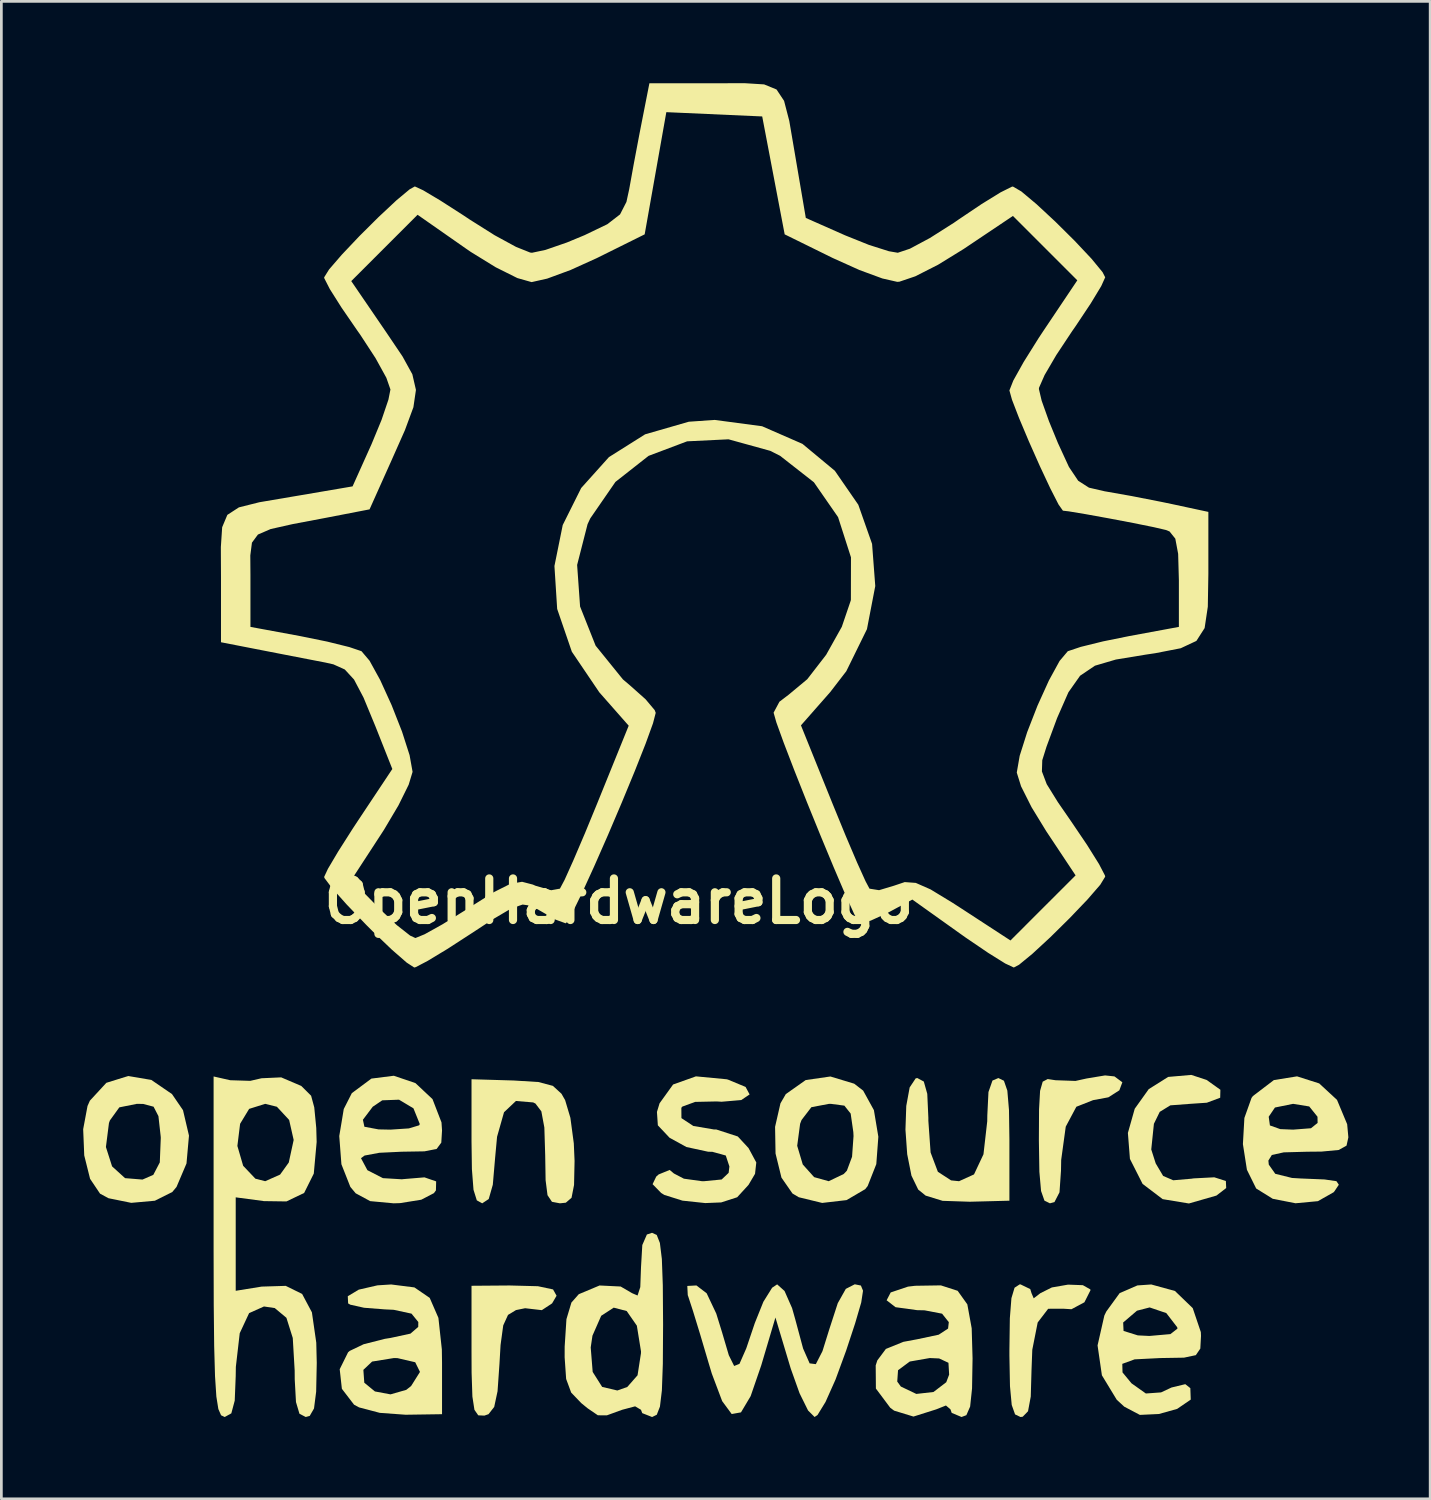
<source format=kicad_pcb>
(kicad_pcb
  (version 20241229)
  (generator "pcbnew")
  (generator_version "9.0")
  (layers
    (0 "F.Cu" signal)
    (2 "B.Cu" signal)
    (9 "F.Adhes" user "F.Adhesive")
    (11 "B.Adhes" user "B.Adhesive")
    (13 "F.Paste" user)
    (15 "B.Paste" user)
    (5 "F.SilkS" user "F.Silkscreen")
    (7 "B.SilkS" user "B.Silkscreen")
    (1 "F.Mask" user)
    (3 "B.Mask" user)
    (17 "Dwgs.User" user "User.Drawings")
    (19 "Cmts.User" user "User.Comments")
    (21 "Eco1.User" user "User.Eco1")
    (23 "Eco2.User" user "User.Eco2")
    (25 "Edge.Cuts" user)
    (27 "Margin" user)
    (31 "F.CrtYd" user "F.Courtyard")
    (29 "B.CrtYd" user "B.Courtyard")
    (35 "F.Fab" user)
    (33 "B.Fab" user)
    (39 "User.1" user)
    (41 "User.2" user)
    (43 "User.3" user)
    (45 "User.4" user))
  (footprint "OpenHardwareLogo"
    (layer "F.Cu")
    (at 19.645 29.998)
    (property "Reference" "OpenHardwareLogo" (at 0 0 0) (layer "F.SilkS") (effects (font (size 1.524 1.524) (thickness 0.3))))
    (attr board_only exclude_from_pos_files exclude_from_bom)
    (fp_poly (pts (xy -2.968 14.119) (xy -2.414 14.237) (xy -2.285 14.468) (xy -2.449 14.748) (xy -2.826 14.997) (xy -3.005 14.976) (xy -3.438 14.926) (xy -3.773 14.994) (xy -4.065 15.171) (xy -4.241 15.556) (xy -4.339 16.275) (xy -4.379 16.967) (xy -4.449 17.969) (xy -4.572 18.546) (xy -4.78 18.811) (xy -4.931 18.864) (xy -5.157 18.854) (xy -5.297 18.652) (xy -5.372 18.164) (xy -5.401 17.29) (xy -5.404 16.529) (xy -5.404 14.103) (xy -4.003 14.092)) (stroke (width 0) (type solid)) (fill yes) (layer "F.SilkS"))
    (fp_poly (pts (xy 18.173 6.425) (xy 18.463 6.64) (xy 18.353 6.935) (xy 17.95 7.192) (xy 17.389 7.296) (xy 16.776 7.538) (xy 16.387 8.268) (xy 16.22 9.487) (xy 16.213 9.88) (xy 16.158 10.675) (xy 15.973 11.034) (xy 15.807 11.079) (xy 15.606 10.981) (xy 15.482 10.627) (xy 15.42 9.922) (xy 15.402 8.772) (xy 15.402 8.753) (xy 15.408 7.634) (xy 15.446 6.955) (xy 15.542 6.618) (xy 15.725 6.522) (xy 16.01 6.565) (xy 16.744 6.591) (xy 17.154 6.501) (xy 17.829 6.389)) (stroke (width 0) (type solid)) (fill yes) (layer "F.SilkS"))
    (fp_poly (pts (xy 21.554 6.555) (xy 22.058 6.915) (xy 22.051 7.207) (xy 21.561 7.39) (xy 20.951 7.431) (xy 20.223 7.486) (xy 19.834 7.725) (xy 19.62 8.163) (xy 19.523 9.104) (xy 19.686 9.615) (xy 19.958 10.074) (xy 20.328 10.234) (xy 21.003 10.176) (xy 21.07 10.165) (xy 21.835 10.125) (xy 22.259 10.26) (xy 22.271 10.519) (xy 21.913 10.795) (xy 20.904 11.085) (xy 19.941 10.926) (xy 19.205 10.367) (xy 18.741 9.451) (xy 18.666 8.498) (xy 18.917 7.611) (xy 19.43 6.892) (xy 20.143 6.444) (xy 20.991 6.37)) (stroke (width 0) (type solid)) (fill yes) (layer "F.SilkS"))
    (fp_poly (pts (xy 15.086 14.225) (xy 15.132 14.375) (xy 15.212 14.563) (xy 15.456 14.375) (xy 15.878 14.164) (xy 16.471 14.061) (xy 17.015 14.081) (xy 17.289 14.236) (xy 17.294 14.267) (xy 17.072 14.708) (xy 16.597 14.963) (xy 16.312 14.945) (xy 15.743 14.946) (xy 15.358 15.449) (xy 15.16 16.45) (xy 15.132 17.192) (xy 15.104 18.166) (xy 15.004 18.704) (xy 14.809 18.905) (xy 14.727 18.915) (xy 14.529 18.82) (xy 14.406 18.474) (xy 14.342 17.785) (xy 14.321 16.66) (xy 14.321 16.483) (xy 14.337 15.297) (xy 14.395 14.558) (xy 14.51 14.174) (xy 14.697 14.052) (xy 14.727 14.051)) (stroke (width 0) (type solid)) (fill yes) (layer "F.SilkS"))
    (fp_poly (pts (xy 14.12 6.584) (xy 14.245 6.946) (xy 14.306 7.663) (xy 14.321 8.734) (xy 14.321 10.983) (xy 12.868 11.021) (xy 11.872 10.988) (xy 11.25 10.797) (xy 10.977 10.575) (xy 10.729 10.064) (xy 10.573 9.279) (xy 10.509 8.376) (xy 10.539 7.508) (xy 10.663 6.83) (xy 10.884 6.497) (xy 10.944 6.485) (xy 11.182 6.613) (xy 11.309 7.064) (xy 11.349 7.942) (xy 11.349 8.052) (xy 11.431 9.215) (xy 11.698 9.923) (xy 12.183 10.238) (xy 12.474 10.268) (xy 13.023 10.019) (xy 13.37 9.281) (xy 13.508 8.072) (xy 13.511 7.854) (xy 13.553 6.998) (xy 13.7 6.577) (xy 13.916 6.485)) (stroke (width 0) (type solid)) (fill yes) (layer "F.SilkS"))
    (fp_poly (pts (xy -3.858 6.575) (xy -2.95 6.631) (xy -2.42 6.772) (xy -2.105 7.061) (xy -1.971 7.296) (xy -1.778 7.944) (xy -1.653 8.881) (xy -1.625 9.525) (xy -1.644 10.407) (xy -1.736 10.876) (xy -1.945 11.056) (xy -2.162 11.079) (xy -2.454 11.024) (xy -2.617 10.781) (xy -2.687 10.231) (xy -2.702 9.314) (xy -2.733 8.299) (xy -2.843 7.707) (xy -3.059 7.421) (xy -3.144 7.379) (xy -3.775 7.326) (xy -4.212 7.739) (xy -4.467 8.638) (xy -4.539 9.418) (xy -4.623 10.397) (xy -4.773 10.922) (xy -5.011 11.079) (xy -5.012 11.079) (xy -5.21 10.97) (xy -5.331 10.583) (xy -5.39 9.826) (xy -5.404 8.804) (xy -5.404 6.529)) (stroke (width 0) (type solid)) (fill yes) (layer "F.SilkS"))
    (fp_poly (pts (xy -17.146 6.554) (xy -16.388 7.073) (xy -15.984 7.664) (xy -15.765 8.596) (xy -15.856 9.618) (xy -16.222 10.479) (xy -16.378 10.665) (xy -17.016 10.984) (xy -17.882 11.062) (xy -18.717 10.892) (xy -19.026 10.725) (xy -19.392 10.18) (xy -19.606 9.322) (xy -19.618 9.015) (xy -18.811 9.015) (xy -18.585 9.724) (xy -18.109 10.156) (xy -17.469 10.208) (xy -17.073 10.035) (xy -16.835 9.579) (xy -16.799 8.678) (xy -16.803 8.62) (xy -16.885 7.882) (xy -17.063 7.536) (xy -17.444 7.435) (xy -17.676 7.431) (xy -18.319 7.56) (xy -18.665 8.039) (xy -18.699 8.133) (xy -18.811 9.015) (xy -19.618 9.015) (xy -19.645 8.362) (xy -19.486 7.511) (xy -19.399 7.315) (xy -18.795 6.66) (xy -17.996 6.411)) (stroke (width 0) (type solid)) (fill yes) (layer "F.SilkS"))
    (fp_poly (pts (xy 8.629 6.692) (xy 8.958 6.946) (xy 9.352 7.662) (xy 9.515 8.638) (xy 9.44 9.642) (xy 9.123 10.446) (xy 9.033 10.56) (xy 8.35 10.961) (xy 7.455 11.065) (xy 6.596 10.856) (xy 6.366 10.719) (xy 5.962 10.137) (xy 5.745 9.253) (xy 5.74 8.97) (xy 6.539 8.97) (xy 6.743 9.654) (xy 7.16 10.119) (xy 7.694 10.268) (xy 8.247 10.003) (xy 8.361 9.882) (xy 8.551 9.371) (xy 8.605 8.611) (xy 8.597 8.463) (xy 8.5 7.788) (xy 8.269 7.497) (xy 7.77 7.431) (xy 7.708 7.431) (xy 7.059 7.554) (xy 6.699 8.023) (xy 6.646 8.163) (xy 6.539 8.97) (xy 5.74 8.97) (xy 5.728 8.275) (xy 5.925 7.413) (xy 6.121 7.074) (xy 6.851 6.559) (xy 7.757 6.428)) (stroke (width 0) (type solid)) (fill yes) (layer "F.SilkS"))
    (fp_poly (pts (xy -7.498 14.163) (xy -6.937 14.547) (xy -6.618 15.28) (xy -6.492 16.438) (xy -6.485 16.926) (xy -6.485 18.812) (xy -7.821 18.832) (xy -8.768 18.763) (xy -9.527 18.563) (xy -9.712 18.463) (xy -10.158 17.881) (xy -10.235 17.186) (xy -9.37 17.186) (xy -9.336 17.658) (xy -8.946 17.978) (xy -8.374 18.085) (xy -7.798 17.92) (xy -7.62 17.78) (xy -7.294 17.262) (xy -7.469 16.907) (xy -8.119 16.756) (xy -8.25 16.753) (xy -9.049 16.882) (xy -9.37 17.186) (xy -10.235 17.186) (xy -10.238 17.163) (xy -9.931 16.543) (xy -9.873 16.492) (xy -9.361 16.247) (xy -8.583 16.049) (xy -8.375 16.016) (xy -7.644 15.858) (xy -7.358 15.611) (xy -7.355 15.432) (xy -7.604 15.125) (xy -8.257 14.984) (xy -8.59 14.968) (xy -9.344 14.909) (xy -9.85 14.796) (xy -9.929 14.75) (xy -9.941 14.485) (xy -9.54 14.245) (xy -8.854 14.087) (xy -8.351 14.055)) (stroke (width 0) (type solid)) (fill yes) (layer "F.SilkS"))
    (fp_poly (pts (xy 20.392 14.294) (xy 21.044 14.923) (xy 21.341 15.802) (xy 21.347 15.943) (xy 21.322 16.406) (xy 21.158 16.647) (xy 20.723 16.739) (xy 19.883 16.753) (xy 19.861 16.753) (xy 18.913 16.801) (xy 18.461 16.966) (xy 18.469 17.28) (xy 18.799 17.68) (xy 19.325 18.053) (xy 19.882 18.013) (xy 20.267 17.833) (xy 20.771 17.711) (xy 20.956 17.857) (xy 20.971 18.277) (xy 20.472 18.618) (xy 19.803 18.805) (xy 19.105 18.838) (xy 18.531 18.535) (xy 18.257 18.282) (xy 17.713 17.386) (xy 17.554 16.29) (xy 17.745 15.449) (xy 18.493 15.449) (xy 18.507 15.759) (xy 19.03 15.922) (xy 19.455 15.943) (xy 20.226 15.875) (xy 20.484 15.674) (xy 20.475 15.624) (xy 20.075 15.105) (xy 19.464 14.897) (xy 18.999 15.017) (xy 18.493 15.449) (xy 17.745 15.449) (xy 17.803 15.194) (xy 17.874 15.047) (xy 18.364 14.372) (xy 19.014 14.09) (xy 19.523 14.055)) (stroke (width 0) (type solid)) (fill yes) (layer "F.SilkS"))
    (fp_poly (pts (xy 25.681 6.682) (xy 26.334 7.285) (xy 26.707 8.178) (xy 26.751 8.66) (xy 26.684 8.963) (xy 26.397 9.123) (xy 25.765 9.182) (xy 25.245 9.187) (xy 24.383 9.21) (xy 23.945 9.306) (xy 23.818 9.512) (xy 23.833 9.66) (xy 24.071 9.997) (xy 24.685 10.149) (xy 25.001 10.168) (xy 25.878 10.204) (xy 26.313 10.267) (xy 26.401 10.397) (xy 26.242 10.636) (xy 26.211 10.673) (xy 25.634 11) (xy 24.813 11.077) (xy 23.978 10.913) (xy 23.37 10.535) (xy 23.031 9.849) (xy 22.884 8.908) (xy 22.938 7.949) (xy 22.954 7.904) (xy 23.83 7.904) (xy 23.874 8.223) (xy 24.254 8.358) (xy 24.724 8.377) (xy 25.38 8.326) (xy 25.623 8.131) (xy 25.619 7.904) (xy 25.316 7.527) (xy 24.724 7.431) (xy 24.059 7.566) (xy 23.83 7.904) (xy 22.954 7.904) (xy 23.2 7.214) (xy 23.251 7.145) (xy 24.019 6.56) (xy 24.869 6.423)) (stroke (width 0) (type solid)) (fill yes) (layer "F.SilkS"))
    (fp_poly (pts (xy -7.461 6.67) (xy -6.834 7.259) (xy -6.505 8.111) (xy -6.485 8.407) (xy -6.512 8.853) (xy -6.683 9.085) (xy -7.13 9.173) (xy -7.971 9.187) (xy -8.785 9.226) (xy -9.325 9.327) (xy -9.457 9.424) (xy -9.222 9.864) (xy -8.653 10.156) (xy -7.953 10.198) (xy -7.922 10.193) (xy -7.129 10.127) (xy -6.701 10.275) (xy -6.709 10.605) (xy -6.782 10.705) (xy -7.246 10.947) (xy -8.026 11.072) (xy -8.259 11.079) (xy -9.119 10.999) (xy -9.651 10.712) (xy -9.847 10.478) (xy -10.175 9.647) (xy -10.254 8.612) (xy -10.154 8.015) (xy -9.387 8.015) (xy -9.332 8.271) (xy -8.813 8.368) (xy -8.377 8.377) (xy -7.701 8.332) (xy -7.327 8.219) (xy -7.3 8.174) (xy -7.533 7.596) (xy -8.063 7.279) (xy -8.678 7.302) (xy -9.027 7.538) (xy -9.387 8.015) (xy -10.154 8.015) (xy -10.089 7.621) (xy -9.793 7.039) (xy -9.075 6.505) (xy -8.253 6.401)) (stroke (width 0) (type solid)) (fill yes) (layer "F.SilkS"))
    (fp_poly (pts (xy 3.953 6.53) (xy 4.004 6.544) (xy 4.646 6.811) (xy 4.794 7.086) (xy 4.488 7.292) (xy 3.767 7.354) (xy 3.584 7.343) (xy 2.797 7.36) (xy 2.327 7.532) (xy 2.291 7.576) (xy 2.294 7.955) (xy 2.729 8.242) (xy 3.488 8.371) (xy 3.574 8.372) (xy 4.361 8.628) (xy 4.754 9.052) (xy 5.039 9.581) (xy 4.993 9.997) (xy 4.754 10.403) (xy 4.338 10.857) (xy 3.754 11.046) (xy 3.169 11.07) (xy 2.332 10.981) (xy 1.666 10.771) (xy 1.551 10.7) (xy 1.236 10.377) (xy 1.37 10.098) (xy 1.459 10.02) (xy 1.863 9.855) (xy 2.018 9.985) (xy 2.384 10.176) (xy 3.042 10.267) (xy 3.123 10.268) (xy 3.769 10.205) (xy 4.025 9.962) (xy 4.053 9.728) (xy 3.92 9.326) (xy 3.43 9.191) (xy 3.272 9.187) (xy 2.475 9.014) (xy 1.859 8.675) (xy 1.429 8.219) (xy 1.396 7.728) (xy 1.492 7.411) (xy 1.988 6.722) (xy 2.826 6.423)) (stroke (width 0) (type solid)) (fill yes) (layer "F.SilkS"))
    (fp_poly (pts (xy 12.423 14.287) (xy 12.778 14.784) (xy 12.938 15.662) (xy 12.97 16.763) (xy 12.951 17.869) (xy 12.881 18.532) (xy 12.743 18.848) (xy 12.565 18.915) (xy 12.205 18.764) (xy 12.16 18.635) (xy 11.994 18.493) (xy 11.637 18.635) (xy 10.803 18.899) (xy 10.094 18.682) (xy 9.952 18.577) (xy 9.425 17.872) (xy 9.423 17.616) (xy 10.208 17.616) (xy 10.34 17.798) (xy 10.907 18.069) (xy 11.537 17.998) (xy 12.005 17.64) (xy 12.111 17.361) (xy 12.086 16.927) (xy 11.744 16.768) (xy 11.401 16.753) (xy 10.667 16.881) (xy 10.237 17.2) (xy 10.208 17.616) (xy 9.423 17.616) (xy 9.418 17.023) (xy 9.477 16.84) (xy 9.791 16.419) (xy 10.432 16.159) (xy 10.941 16.064) (xy 11.728 15.897) (xy 12.072 15.672) (xy 12.099 15.437) (xy 11.852 15.126) (xy 11.21 15.003) (xy 10.937 14.997) (xy 10.144 14.888) (xy 9.818 14.635) (xy 9.968 14.347) (xy 10.602 14.134) (xy 10.865 14.103) (xy 11.807 14.088)) (stroke (width 0) (type solid)) (fill yes) (layer "F.SilkS"))
    (fp_poly (pts (xy 8.875 14.094) (xy 8.953 14.284) (xy 8.887 14.716) (xy 8.663 15.483) (xy 8.333 16.483) (xy 7.945 17.541) (xy 7.578 18.363) (xy 7.286 18.84) (xy 7.177 18.915) (xy 6.937 18.675) (xy 6.626 18.045) (xy 6.309 17.157) (xy 6.288 17.091) (xy 5.741 15.267) (xy 5.22 17.023) (xy 4.832 18.15) (xy 4.478 18.745) (xy 4.137 18.806) (xy 3.788 18.333) (xy 3.408 17.324) (xy 3.286 16.918) (xy 2.982 15.89) (xy 2.717 15.026) (xy 2.542 14.491) (xy 2.526 14.447) (xy 2.509 14.109) (xy 2.844 14.091) (xy 3.219 14.378) (xy 3.571 15.122) (xy 3.779 15.794) (xy 4.031 16.648) (xy 4.227 17.044) (xy 4.422 16.966) (xy 4.671 16.4) (xy 4.985 15.47) (xy 5.299 14.689) (xy 5.62 14.174) (xy 5.804 14.051) (xy 6.075 14.294) (xy 6.352 14.923) (xy 6.469 15.337) (xy 6.756 16.405) (xy 6.995 16.948) (xy 7.222 16.977) (xy 7.466 16.5) (xy 7.711 15.714) (xy 8.027 14.741) (xy 8.322 14.216) (xy 8.645 14.051) (xy 8.663 14.051)) (stroke (width 0) (type solid)) (fill yes) (layer "F.SilkS"))
    (fp_poly (pts (xy 1.388 12.239) (xy 1.504 12.533) (xy 1.576 13.121) (xy 1.611 14.085) (xy 1.621 15.507) (xy 1.621 15.537) (xy 1.612 16.968) (xy 1.577 17.94) (xy 1.506 18.534) (xy 1.39 18.832) (xy 1.22 18.915) (xy 1.216 18.915) (xy 0.856 18.773) (xy 0.811 18.651) (xy 0.596 18.524) (xy 0.118 18.651) (xy -0.442 18.855) (xy -0.771 18.852) (xy -1.145 18.597) (xy -1.38 18.405) (xy -1.749 18.02) (xy -1.934 17.52) (xy -1.989 16.725) (xy -1.988 16.364) (xy -1.033 16.364) (xy -0.961 17.262) (xy -0.613 17.812) (xy -0.056 17.943) (xy 0.308 17.814) (xy 0.685 17.385) (xy 0.81 16.576) (xy 0.811 16.507) (xy 0.659 15.566) (xy 0.286 15.029) (xy -0.19 14.905) (xy -0.648 15.203) (xy -0.969 15.933) (xy -1.033 16.364) (xy -1.988 16.364) (xy -1.988 16.334) (xy -1.923 15.327) (xy -1.74 14.717) (xy -1.471 14.412) (xy -0.708 14.092) (xy 0.065 14.13) (xy 0.486 14.375) (xy 0.685 14.46) (xy 0.785 14.151) (xy 0.811 13.43) (xy 0.859 12.609) (xy 1.027 12.223) (xy 1.216 12.16)) (stroke (width 0) (type solid)) (fill yes) (layer "F.SilkS"))
    (fp_poly (pts (xy -14.254 6.565) (xy -13.518 6.588) (xy -13.105 6.493) (xy -12.384 6.46) (xy -11.647 6.775) (xy -11.286 7.134) (xy -11.171 7.559) (xy -11.097 8.318) (xy -11.083 8.83) (xy -11.188 9.989) (xy -11.542 10.699) (xy -12.19 11.01) (xy -13.019 10.998) (xy -14.051 10.86) (xy -14.051 14.287) (xy -13.099 14.133) (xy -12.217 14.106) (xy -11.616 14.402) (xy -11.257 15.077) (xy -11.097 16.189) (xy -11.079 16.93) (xy -11.101 17.986) (xy -11.18 18.602) (xy -11.337 18.875) (xy -11.484 18.915) (xy -11.714 18.795) (xy -11.841 18.367) (xy -11.887 17.531) (xy -11.889 17.213) (xy -11.959 16.017) (xy -12.192 15.277) (xy -12.62 14.92) (xy -13.015 14.862) (xy -13.56 15.106) (xy -13.904 15.843) (xy -14.046 17.077) (xy -14.051 17.411) (xy -14.087 18.313) (xy -14.212 18.781) (xy -14.454 18.915) (xy -14.456 18.915) (xy -14.588 18.852) (xy -14.688 18.623) (xy -14.761 18.165) (xy -14.81 17.417) (xy -14.841 16.318) (xy -14.857 14.806) (xy -14.862 12.819) (xy -14.862 12.671) (xy -14.862 8.975) (xy -13.99 8.975) (xy -13.778 9.703) (xy -13.329 10.176) (xy -12.97 10.268) (xy -12.423 10.025) (xy -12.105 9.582) (xy -11.926 8.756) (xy -12.092 8.022) (xy -12.541 7.538) (xy -12.97 7.431) (xy -13.559 7.616) (xy -13.89 8.163) (xy -13.99 8.975) (xy -14.862 8.975) (xy -14.862 6.427)) (stroke (width 0) (type solid)) (fill yes) (layer "F.SilkS"))
    (fp_poly (pts (xy 5.326 -29.953) (xy 5.781 -29.767) (xy 6.058 -29.35) (xy 6.249 -28.613) (xy 6.445 -27.465) (xy 6.515 -27.052) (xy 6.855 -25.056) (xy 8.299 -24.417) (xy 9.171 -24.067) (xy 9.902 -23.835) (xy 10.228 -23.779) (xy 10.671 -23.927) (xy 11.404 -24.319) (xy 12.282 -24.876) (xy 12.449 -24.992) (xy 13.303 -25.566) (xy 13.999 -25.995) (xy 14.409 -26.2) (xy 14.449 -26.208) (xy 14.758 -26.028) (xy 15.315 -25.561) (xy 16.006 -24.919) (xy 16.717 -24.214) (xy 17.332 -23.56) (xy 17.737 -23.068) (xy 17.834 -22.879) (xy 17.689 -22.557) (xy 17.304 -21.921) (xy 16.755 -21.096) (xy 16.618 -20.899) (xy 16.04 -20.027) (xy 15.611 -19.293) (xy 15.409 -18.833) (xy 15.402 -18.785) (xy 15.504 -18.354) (xy 15.771 -17.604) (xy 16.1 -16.802) (xy 16.505 -15.923) (xy 16.843 -15.419) (xy 17.239 -15.165) (xy 17.822 -15.03) (xy 17.862 -15.024) (xy 18.801 -14.858) (xy 19.893 -14.644) (xy 20.272 -14.565) (xy 21.617 -14.276) (xy 21.617 -12.012) (xy 21.597 -10.8) (xy 21.48 -10.016) (xy 21.178 -9.545) (xy 20.603 -9.276) (xy 19.668 -9.094) (xy 19.32 -9.042) (xy 18.226 -8.862) (xy 17.458 -8.636) (xy 16.913 -8.268) (xy 16.485 -7.661) (xy 16.07 -6.716) (xy 15.681 -5.665) (xy 15.526 -5.17) (xy 15.513 -4.759) (xy 15.689 -4.293) (xy 16.099 -3.631) (xy 16.585 -2.927) (xy 17.168 -2.065) (xy 17.606 -1.364) (xy 17.823 -0.947) (xy 17.834 -0.9) (xy 17.652 -0.602) (xy 17.18 -0.058) (xy 16.532 0.62) (xy 15.823 1.32) (xy 15.165 1.928) (xy 14.673 2.332) (xy 14.483 2.432) (xy 14.169 2.285) (xy 13.542 1.894) (xy 12.722 1.337) (xy 12.509 1.186) (xy 10.762 -0.06) (xy 9.85 0.431) (xy 9.234 0.713) (xy 8.842 0.801) (xy 8.8 0.784) (xy 8.627 0.467) (xy 8.305 -0.244) (xy 7.88 -1.238) (xy 7.396 -2.403) (xy 6.898 -3.628) (xy 6.432 -4.803) (xy 6.043 -5.816) (xy 5.775 -6.557) (xy 5.674 -6.913) (xy 5.674 -6.915) (xy 5.888 -7.315) (xy 6.223 -7.57) (xy 6.908 -8.14) (xy 7.601 -9.036) (xy 8.175 -10.062) (xy 8.502 -11.022) (xy 8.508 -11.058) (xy 8.511 -12.61) (xy 8.038 -14.084) (xy 7.151 -15.363) (xy 5.912 -16.333) (xy 5.551 -16.515) (xy 4.021 -16.938) (xy 2.503 -16.864) (xy 1.089 -16.331) (xy -0.126 -15.376) (xy -1.049 -14.038) (xy -1.148 -13.827) (xy -1.531 -12.331) (xy -1.423 -10.807) (xy -0.853 -9.371) (xy 0.147 -8.135) (xy 0.407 -7.914) (xy 0.979 -7.405) (xy 1.314 -7.006) (xy 1.351 -6.907) (xy 1.251 -6.523) (xy 0.981 -5.778) (xy 0.585 -4.776) (xy 0.108 -3.621) (xy -0.404 -2.418) (xy -0.909 -1.27) (xy -1.36 -0.283) (xy -1.713 0.439) (xy -1.924 0.792) (xy -1.951 0.811) (xy -2.323 0.675) (xy -2.853 0.37) (xy -3.204 0.169) (xy -3.53 0.123) (xy -3.953 0.27) (xy -4.597 0.649) (xy -5.408 1.181) (xy -6.295 1.755) (xy -7.014 2.19) (xy -7.445 2.416) (xy -7.504 2.432) (xy -7.781 2.252) (xy -8.328 1.775) (xy -9.042 1.092) (xy -9.263 0.87) (xy -9.98 0.123) (xy -10.521 -0.483) (xy -10.793 -0.845) (xy -10.809 -0.889) (xy -10.668 -1.191) (xy -10.295 -1.821) (xy -9.759 -2.663) (xy -9.558 -2.968) (xy -8.308 -4.848) (xy -8.927 -6.41) (xy -9.365 -7.469) (xy -9.712 -8.128) (xy -10.051 -8.497) (xy -10.47 -8.686) (xy -10.76 -8.751) (xy -11.432 -8.881) (xy -12.38 -9.065) (xy -13.038 -9.193) (xy -14.591 -9.496) (xy -14.591 -11.89) (xy -14.595 -12.679) (xy -13.516 -12.679) (xy -13.511 -11.964) (xy -13.511 -11.78) (xy -13.511 -10.059) (xy -11.687 -9.722) (xy -10.697 -9.52) (xy -9.885 -9.319) (xy -9.439 -9.168) (xy -9.143 -8.819) (xy -8.752 -8.108) (xy -8.334 -7.19) (xy -7.953 -6.221) (xy -7.675 -5.355) (xy -7.566 -4.747) (xy -7.566 -4.741) (xy -7.708 -4.273) (xy -8.082 -3.516) (xy -8.612 -2.622) (xy -8.688 -2.504) (xy -9.81 -0.782) (xy -8.768 0.284) (xy -8.147 0.875) (xy -7.654 1.262) (xy -7.462 1.351) (xy -7.123 1.212) (xy -6.466 0.846) (xy -5.625 0.326) (xy -5.48 0.232) (xy -4.578 -0.336) (xy -3.98 -0.636) (xy -3.55 -0.712) (xy -3.153 -0.609) (xy -3.056 -0.566) (xy -2.489 -0.401) (xy -2.162 -0.46) (xy -1.99 -0.784) (xy -1.668 -1.501) (xy -1.241 -2.501) (xy -0.807 -3.556) (xy 0.36 -6.436) (xy -0.718 -7.66) (xy -1.725 -9.149) (xy -2.263 -10.718) (xy -2.363 -12.292) (xy -2.059 -13.795) (xy -1.382 -15.152) (xy -0.364 -16.286) (xy 0.962 -17.121) (xy 2.564 -17.583) (xy 3.513 -17.649) (xy 5.252 -17.417) (xy 6.731 -16.771) (xy 7.918 -15.786) (xy 8.78 -14.538) (xy 9.285 -13.103) (xy 9.402 -11.557) (xy 9.097 -9.976) (xy 8.34 -8.434) (xy 7.749 -7.667) (xy 6.677 -6.448) (xy 7.841 -3.562) (xy 8.318 -2.398) (xy 8.735 -1.419) (xy 9.044 -0.735) (xy 9.19 -0.46) (xy 9.541 -0.404) (xy 10.081 -0.566) (xy 10.483 -0.701) (xy 10.888 -0.671) (xy 11.429 -0.433) (xy 12.238 0.059) (xy 12.574 0.276) (xy 14.36 1.44) (xy 15.554 0.246) (xy 16.748 -0.947) (xy 15.671 -2.568) (xy 15.134 -3.446) (xy 14.748 -4.214) (xy 14.593 -4.711) (xy 14.592 -4.722) (xy 14.698 -5.332) (xy 14.973 -6.2) (xy 15.352 -7.173) (xy 15.77 -8.095) (xy 16.162 -8.811) (xy 16.462 -9.167) (xy 16.465 -9.168) (xy 16.937 -9.326) (xy 17.76 -9.529) (xy 18.712 -9.722) (xy 20.536 -10.059) (xy 20.536 -11.767) (xy 20.509 -12.738) (xy 20.405 -13.294) (xy 20.194 -13.558) (xy 20.063 -13.612) (xy 19.62 -13.715) (xy 18.862 -13.869) (xy 17.968 -14.039) (xy 17.118 -14.193) (xy 16.492 -14.297) (xy 16.283 -14.321) (xy 16.122 -14.549) (xy 15.82 -15.14) (xy 15.437 -15.957) (xy 15.035 -16.862) (xy 14.674 -17.719) (xy 14.416 -18.389) (xy 14.321 -18.73) (xy 14.464 -19.093) (xy 14.843 -19.772) (xy 15.385 -20.638) (xy 15.566 -20.912) (xy 16.811 -22.768) (xy 14.45 -25.129) (xy 12.638 -23.914) (xy 11.706 -23.34) (xy 10.872 -22.916) (xy 10.288 -22.718) (xy 10.209 -22.712) (xy 9.664 -22.836) (xy 8.822 -23.146) (xy 7.862 -23.578) (xy 7.836 -23.59) (xy 6.08 -24.454) (xy 5.668 -26.616) (xy 5.256 -28.778) (xy 1.74 -28.935) (xy 0.946 -24.454) (xy -0.811 -23.582) (xy -1.774 -23.146) (xy -2.629 -22.831) (xy -3.195 -22.704) (xy -3.205 -22.704) (xy -3.723 -22.851) (xy -4.517 -23.247) (xy -5.432 -23.811) (xy -5.612 -23.935) (xy -7.382 -25.172) (xy -9.814 -22.74) (xy -8.527 -20.857) (xy -7.934 -19.977) (xy -7.574 -19.323) (xy -7.442 -18.75) (xy -7.535 -18.114) (xy -7.847 -17.271) (xy -8.376 -16.079) (xy -8.39 -16.049) (xy -9.143 -14.369) (xy -10.719 -14.064) (xy -11.961 -13.829) (xy -12.77 -13.647) (xy -13.237 -13.445) (xy -13.456 -13.148) (xy -13.516 -12.679) (xy -14.595 -12.679) (xy -14.596 -12.986) (xy -14.548 -13.714) (xy -14.358 -14.167) (xy -13.934 -14.442) (xy -13.185 -14.63) (xy -12.021 -14.828) (xy -11.706 -14.881) (xy -9.766 -15.212) (xy -9.071 -16.759) (xy -8.703 -17.65) (xy -8.451 -18.393) (xy -8.377 -18.765) (xy -8.527 -19.195) (xy -8.923 -19.913) (xy -9.486 -20.776) (xy -9.593 -20.927) (xy -10.171 -21.768) (xy -10.6 -22.447) (xy -10.802 -22.842) (xy -10.809 -22.876) (xy -10.627 -23.168) (xy -10.159 -23.71) (xy -9.516 -24.389) (xy -8.811 -25.09) (xy -8.159 -25.7) (xy -7.671 -26.107) (xy -7.482 -26.211) (xy -7.177 -26.07) (xy -6.548 -25.695) (xy -5.714 -25.16) (xy -5.466 -24.995) (xy -4.557 -24.422) (xy -3.773 -23.995) (xy -3.254 -23.787) (xy -3.186 -23.779) (xy -2.692 -23.884) (xy -1.908 -24.155) (xy -1.259 -24.424) (xy -0.423 -24.826) (xy 0.043 -25.186) (xy 0.277 -25.643) (xy 0.379 -26.112) (xy 0.543 -27.02) (xy 0.749 -28.109) (xy 0.84 -28.575) (xy 1.119 -29.994) (xy 3.514 -29.994) (xy 4.601 -29.998)) (stroke (width 0) (type solid)) (fill yes) (layer "F.SilkS")))
  (gr_rect
    (start -3 -3)
    (end 49.396 51.913)
    (stroke (width 0.1) (type default))
    (fill no)
    (layer "Edge.Cuts")))
</source>
